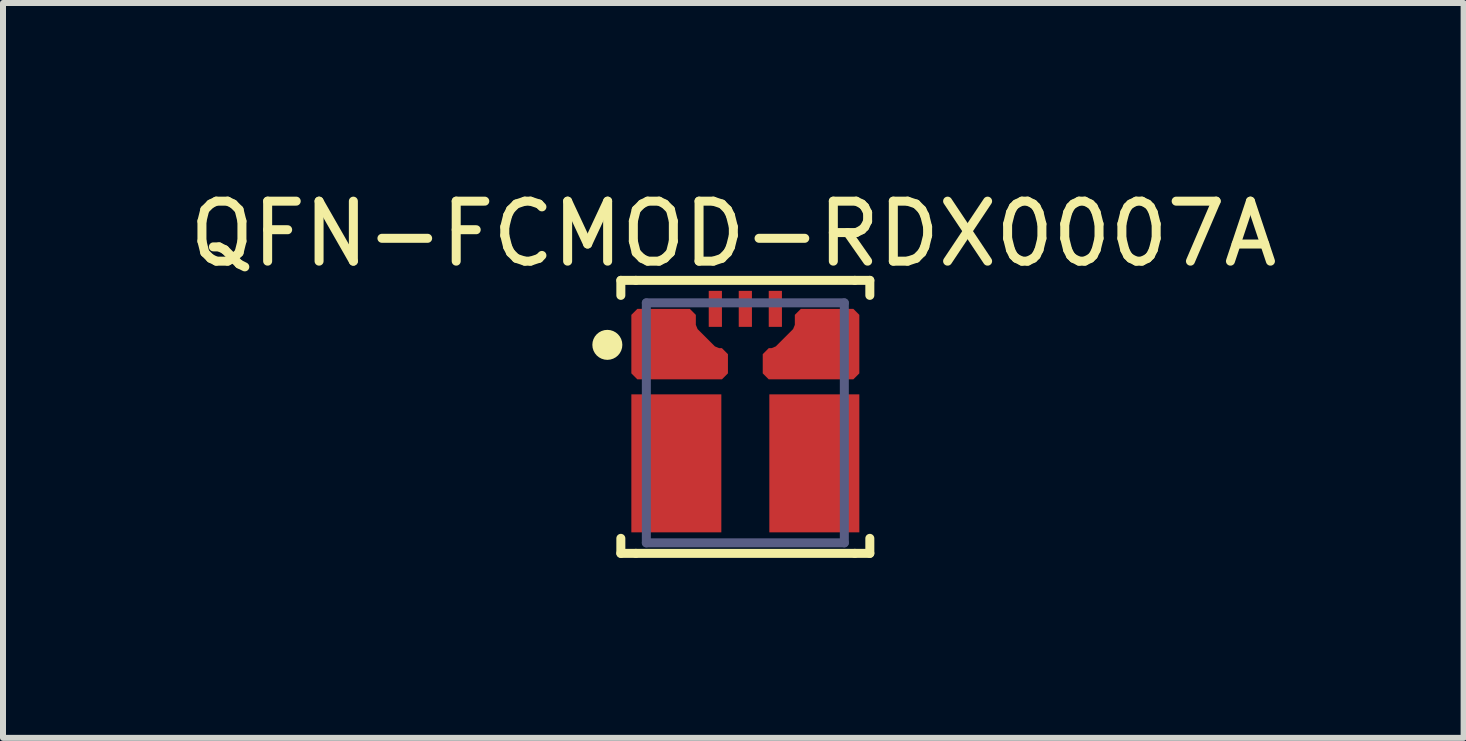
<source format=kicad_pcb>
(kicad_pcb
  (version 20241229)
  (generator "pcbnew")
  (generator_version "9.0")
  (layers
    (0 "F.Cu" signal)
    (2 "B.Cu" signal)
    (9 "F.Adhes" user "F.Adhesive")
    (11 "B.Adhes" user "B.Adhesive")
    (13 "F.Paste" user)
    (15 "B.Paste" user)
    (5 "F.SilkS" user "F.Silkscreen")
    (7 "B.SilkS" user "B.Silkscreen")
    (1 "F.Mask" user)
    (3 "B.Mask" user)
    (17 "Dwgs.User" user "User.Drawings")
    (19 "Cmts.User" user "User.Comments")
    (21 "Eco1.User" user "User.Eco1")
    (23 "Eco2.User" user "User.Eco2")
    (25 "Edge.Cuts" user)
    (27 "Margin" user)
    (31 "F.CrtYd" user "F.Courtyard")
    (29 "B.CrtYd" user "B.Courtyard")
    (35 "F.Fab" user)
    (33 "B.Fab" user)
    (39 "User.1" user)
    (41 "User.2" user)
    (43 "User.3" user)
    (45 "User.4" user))
  (footprint "QFN-FCMOD-RDX0007A"
    (layer "F.Cu")
    (at 9.373 3.998)
    (property "Reference" "QFN-FCMOD-RDX0007A" (at -0.2 -3.15 0) (layer "F.SilkS") (effects (font (size 1 1) (thickness 0.15))))
    (fp_poly (pts (xy -0.56 -2.25) (xy -0.44 -2.25) (xy -0.34 -2.15) (xy -0.34 -1.65) (xy -0.44 -1.55) (xy -0.56 -1.55) (xy -0.66 -1.65) (xy -0.66 -2.15)) (stroke (width 0) (type default)) (fill yes) (layer "F.Mask"))
    (fp_poly (pts (xy -0.16 -1.65) (xy -0.16 -2.15) (xy -0.06 -2.25) (xy 0.06 -2.25) (xy 0.16 -2.15) (xy 0.16 -1.65) (xy 0.06 -1.55) (xy -0.06 -1.55)) (stroke (width 0) (type default)) (fill yes) (layer "F.Mask"))
    (fp_poly (pts (xy 0.66 -1.65) (xy 0.56 -1.55) (xy 0.44 -1.55) (xy 0.34 -1.65) (xy 0.34 -2.15) (xy 0.44 -2.25) (xy 0.56 -2.25) (xy 0.66 -2.15)) (stroke (width 0) (type default)) (fill yes) (layer "F.Mask"))
    (fp_poly (pts (xy -1.4 -1.85) (xy -0.925 -1.85) (xy -0.875 -1.8) (xy -0.875 -1.593) (xy -0.86 -1.557) (xy -0.513 -1.21) (xy -0.477 -1.195) (xy -0.39 -1.195) (xy -0.34 -1.145) (xy -0.34 -0.825) (xy -0.39 -0.775) (xy -1.4 -0.775) (xy -1.45 -0.825) (xy -1.5 -0.875) (xy -1.8 -0.875) (xy -1.85 -0.925) (xy -1.85 -1.075) (xy -1.8 -1.125) (xy -1.5 -1.125) (xy -1.45 -1.175) (xy -1.45 -1.325) (xy -1.5 -1.375) (xy -1.8 -1.375) (xy -1.85 -1.425) (xy -1.85 -1.575) (xy -1.8 -1.625) (xy -1.5 -1.625) (xy -1.45 -1.675) (xy -1.45 -1.8)) (stroke (width 0) (type default)) (fill yes) (layer "F.Mask"))
    (fp_poly (pts (xy 1.4 -1.85) (xy 0.925 -1.85) (xy 0.875 -1.8) (xy 0.875 -1.593) (xy 0.86 -1.557) (xy 0.513 -1.21) (xy 0.477 -1.195) (xy 0.39 -1.195) (xy 0.34 -1.145) (xy 0.34 -0.825) (xy 0.39 -0.775) (xy 1.4 -0.775) (xy 1.45 -0.825) (xy 1.5 -0.875) (xy 1.8 -0.875) (xy 1.85 -0.925) (xy 1.85 -1.075) (xy 1.8 -1.125) (xy 1.5 -1.125) (xy 1.45 -1.175) (xy 1.45 -1.325) (xy 1.5 -1.375) (xy 1.8 -1.375) (xy 1.85 -1.425) (xy 1.85 -1.575) (xy 1.8 -1.625) (xy 1.5 -1.625) (xy 1.45 -1.675) (xy 1.45 -1.8)) (stroke (width 0) (type default)) (fill yes) (layer "F.Mask"))
    (fp_poly (pts (xy -1.4 -0.425) (xy -0.5 -0.425) (xy -0.45 -0.375) (xy -0.45 1.725) (xy -0.5 1.775) (xy -1.4 1.775) (xy -1.45 1.725) (xy -1.45 1.59) (xy -1.5 1.54) (xy -1.8 1.54) (xy -1.85 1.49) (xy -1.85 1.34) (xy -1.8 1.29) (xy -1.5 1.29) (xy -1.45 1.24) (xy -1.45 1.09) (xy -1.5 1.04) (xy -1.8 1.04) (xy -1.85 0.99) (xy -1.85 0.84) (xy -1.8 0.79) (xy -1.5 0.79) (xy -1.45 0.74) (xy -1.45 0.59) (xy -1.5 0.54) (xy -1.8 0.54) (xy -1.85 0.49) (xy -1.85 0.34) (xy -1.8 0.29) (xy -1.5 0.29) (xy -1.45 0.24) (xy -1.45 0.09) (xy -1.5 0.04) (xy -1.8 0.04) (xy -1.85 -0.01) (xy -1.85 -0.16) (xy -1.8 -0.21) (xy -1.5 -0.21) (xy -1.45 -0.26) (xy -1.45 -0.375)) (stroke (width 0) (type default)) (fill yes) (layer "F.Mask"))
    (fp_poly (pts (xy 1.4 -0.425) (xy 0.5 -0.425) (xy 0.45 -0.375) (xy 0.45 1.725) (xy 0.5 1.775) (xy 1.4 1.775) (xy 1.45 1.725) (xy 1.45 1.59) (xy 1.5 1.54) (xy 1.8 1.54) (xy 1.85 1.49) (xy 1.85 1.34) (xy 1.8 1.29) (xy 1.5 1.29) (xy 1.45 1.24) (xy 1.45 1.09) (xy 1.5 1.04) (xy 1.8 1.04) (xy 1.85 0.99) (xy 1.85 0.84) (xy 1.8 0.79) (xy 1.5 0.79) (xy 1.45 0.74) (xy 1.45 0.59) (xy 1.5 0.54) (xy 1.8 0.54) (xy 1.85 0.49) (xy 1.85 0.34) (xy 1.8 0.29) (xy 1.5 0.29) (xy 1.45 0.24) (xy 1.45 0.09) (xy 1.5 0.04) (xy 1.8 0.04) (xy 1.85 -0.01) (xy 1.85 -0.16) (xy 1.8 -0.21) (xy 1.5 -0.21) (xy 1.45 -0.26) (xy 1.45 -0.375)) (stroke (width 0) (type default)) (fill yes) (layer "F.Mask"))
    (fp_line (start -2.075 -2.375) (end -1.825 -2.375) (stroke (width 0.15) (type solid)) (layer "F.SilkS"))
    (fp_line (start -2.075 -2.125) (end -2.075 -2.375) (stroke (width 0.15) (type solid)) (layer "F.SilkS"))
    (fp_line (start -2.075 2.175) (end -2.075 1.925) (stroke (width 0.15) (type solid)) (layer "F.SilkS"))
    (fp_line (start -2.075 2.175) (end -1.825 2.175) (stroke (width 0.15) (type solid)) (layer "F.SilkS"))
    (fp_line (start -1.825 -2.375) (end 1.825 -2.375) (stroke (width 0.15) (type solid)) (layer "F.SilkS"))
    (fp_line (start -1.825 2.175) (end 1.825 2.175) (stroke (width 0.15) (type solid)) (layer "F.SilkS"))
    (fp_line (start 1.825 -2.375) (end 2.075 -2.375) (stroke (width 0.15) (type solid)) (layer "F.SilkS"))
    (fp_line (start 1.825 2.175) (end 2.075 2.175) (stroke (width 0.15) (type solid)) (layer "F.SilkS"))
    (fp_line (start 2.075 -2.125) (end 2.075 -2.375) (stroke (width 0.15) (type solid)) (layer "F.SilkS"))
    (fp_line (start 2.075 2.175) (end 2.075 1.925) (stroke (width 0.15) (type solid)) (layer "F.SilkS"))
    (fp_circle (center -2.3 -1.3) (end -2.3 -1.425) (stroke (width 0.25) (type solid)) (fill no) (layer "F.SilkS"))
    (fp_poly (pts (xy -1.85 -1.425) (xy -1.85 -1.575) (xy -1.8 -1.625) (xy -1.45 -1.625) (xy -1.4 -1.575) (xy -1.4 -1.425) (xy -1.45 -1.375) (xy -1.8 -1.375)) (stroke (width 0) (type default)) (fill yes) (layer "F.Paste"))
    (fp_poly (pts (xy -1.85 -1.075) (xy -1.8 -1.125) (xy -1.45 -1.125) (xy -1.4 -1.075) (xy -1.4 -0.925) (xy -1.45 -0.875) (xy -1.8 -0.875) (xy -1.85 -0.925)) (stroke (width 0) (type default)) (fill yes) (layer "F.Paste"))
    (fp_poly (pts (xy 1.8 -1.625) (xy 1.85 -1.575) (xy 1.85 -1.425) (xy 1.8 -1.375) (xy 1.45 -1.375) (xy 1.4 -1.425) (xy 1.4 -1.575) (xy 1.45 -1.625)) (stroke (width 0) (type default)) (fill yes) (layer "F.Paste"))
    (fp_poly (pts (xy 1.8 -1.125) (xy 1.85 -1.075) (xy 1.85 -0.925) (xy 1.8 -0.875) (xy 1.45 -0.875) (xy 1.4 -0.925) (xy 1.4 -1.075) (xy 1.45 -1.125)) (stroke (width 0) (type default)) (fill yes) (layer "F.Paste"))
    (fp_poly (pts (xy -1.15 -1.84) (xy -0.95 -1.84) (xy -0.9 -1.79) (xy -0.9 -1.596) (xy -0.885 -1.56) (xy -0.525 -1.2) (xy -0.489 -1.185) (xy -0.4 -1.185) (xy -0.35 -1.135) (xy -0.35 -0.835) (xy -0.4 -0.785) (xy -1.15 -0.785) (xy -1.2 -0.835) (xy -1.2 -1.79)) (stroke (width 0) (type default)) (fill yes) (layer "F.Paste"))
    (fp_poly (pts (xy 1.15 -1.84) (xy 0.95 -1.84) (xy 0.9 -1.79) (xy 0.9 -1.596) (xy 0.885 -1.56) (xy 0.525 -1.2) (xy 0.489 -1.185) (xy 0.4 -1.185) (xy 0.35 -1.135) (xy 0.35 -0.835) (xy 0.4 -0.785) (xy 1.15 -0.785) (xy 1.2 -0.835) (xy 1.2 -1.79)) (stroke (width 0) (type default)) (fill yes) (layer "F.Paste"))
    (fp_poly (pts (xy -0.46 1.315) (xy -0.46 1.655) (xy -0.51 1.705) (xy -1.35 1.705) (xy -1.4 1.655) (xy -1.4 1.59) (xy -1.45 1.54) (xy -1.8 1.54) (xy -1.85 1.49) (xy -1.85 1.34) (xy -1.8 1.29) (xy -1.3 1.29) (xy -1.25 1.24) (xy -1.25 1.09) (xy -1.3 1.04) (xy -1.8 1.04) (xy -1.85 0.99) (xy -1.85 0.84) (xy -1.8 0.79) (xy -1.3 0.79) (xy -1.25 0.74) (xy -1.25 0.59) (xy -1.3 0.54) (xy -1.8 0.54) (xy -1.85 0.49) (xy -1.85 0.34) (xy -1.8 0.29) (xy -1.3 0.29) (xy -1.25 0.24) (xy -1.25 0.09) (xy -1.3 0.04) (xy -1.8 0.04) (xy -1.85 -0.01) (xy -1.85 -0.16) (xy -1.8 -0.21) (xy -1.45 -0.21) (xy -1.4 -0.26) (xy -1.4 -0.325) (xy -1.35 -0.375) (xy -0.51 -0.375) (xy -0.46 -0.325) (xy -0.46 0.015) (xy -0.51 0.065) (xy -0.88 0.065) (xy -0.93 0.115) (xy -0.93 0.215) (xy -0.88 0.265) (xy -0.51 0.265) (xy -0.46 0.315) (xy -0.46 0.515) (xy -0.51 0.565) (xy -0.88 0.565) (xy -0.93 0.615) (xy -0.93 0.715) (xy -0.88 0.765) (xy -0.51 0.765) (xy -0.46 0.815) (xy -0.46 1.015) (xy -0.51 1.065) (xy -0.88 1.065) (xy -0.93 1.115) (xy -0.93 1.215) (xy -0.88 1.265) (xy -0.51 1.265)) (stroke (width 0) (type default)) (fill yes) (layer "F.Paste"))
    (fp_poly (pts (xy 0.46 1.315) (xy 0.46 1.655) (xy 0.51 1.705) (xy 1.35 1.705) (xy 1.4 1.655) (xy 1.4 1.59) (xy 1.45 1.54) (xy 1.8 1.54) (xy 1.85 1.49) (xy 1.85 1.34) (xy 1.8 1.29) (xy 1.3 1.29) (xy 1.25 1.24) (xy 1.25 1.09) (xy 1.3 1.04) (xy 1.8 1.04) (xy 1.85 0.99) (xy 1.85 0.84) (xy 1.8 0.79) (xy 1.3 0.79) (xy 1.25 0.74) (xy 1.25 0.59) (xy 1.3 0.54) (xy 1.8 0.54) (xy 1.85 0.49) (xy 1.85 0.34) (xy 1.8 0.29) (xy 1.3 0.29) (xy 1.25 0.24) (xy 1.25 0.09) (xy 1.3 0.04) (xy 1.8 0.04) (xy 1.85 -0.01) (xy 1.85 -0.16) (xy 1.8 -0.21) (xy 1.45 -0.21) (xy 1.4 -0.26) (xy 1.4 -0.325) (xy 1.35 -0.375) (xy 0.51 -0.375) (xy 0.46 -0.325) (xy 0.46 0.015) (xy 0.51 0.065) (xy 0.88 0.065) (xy 0.93 0.115) (xy 0.93 0.215) (xy 0.88 0.265) (xy 0.51 0.265) (xy 0.46 0.315) (xy 0.46 0.515) (xy 0.51 0.565) (xy 0.88 0.565) (xy 0.93 0.615) (xy 0.93 0.715) (xy 0.88 0.765) (xy 0.51 0.765) (xy 0.46 0.815) (xy 0.46 1.015) (xy 0.51 1.065) (xy 0.88 1.065) (xy 0.93 1.115) (xy 0.93 1.215) (xy 0.88 1.265) (xy 0.51 1.265)) (stroke (width 0) (type default)) (fill yes) (layer "F.Paste"))
    (fp_line (start -1.65 -2) (end 1.65 -2) (stroke (width 0.15) (type solid)) (layer "B.Fab"))
    (fp_line (start -1.65 2) (end -1.65 -2) (stroke (width 0.15) (type solid)) (layer "B.Fab"))
    (fp_line (start -1.65 2) (end 1.65 2) (stroke (width 0.15) (type solid)) (layer "B.Fab"))
    (fp_line (start 1.65 2) (end 1.65 -2) (stroke (width 0.15) (type solid)) (layer "B.Fab"))
    (pad "1" smd custom (at -1.9 -0.825) (size 0.000001 0.000001) (layers "F.Cu") (options (anchor circle)) (primitives (gr_poly (pts (xy 0 0) (xy 0 -0.975) (xy 0.1 -1.075) (xy 0.975 -1.075) (xy 1.075 -0.975) (xy 1.075 -0.809) (xy 1.104 -0.738) (xy 1.393 -0.449) (xy 1.464 -0.42) (xy 1.51 -0.42) (xy 1.61 -0.32) (xy 1.61 0) (xy 1.51 0.1) (xy 0.1 0.1)) (width 0) (fill yes))))
    (pad "1" smd circle (at -1.312 -1.312) (size 1.025 1.025) (layers "F.Cu" "F.Mask" "F.Paste"))
    (pad "2" smd rect (at -1.15 0.675) (size 1.5 2.3) (layers "F.Cu" "F.Mask" "F.Paste"))
    (pad "3" smd rect (at 1.15 0.675) (size 1.5 2.3) (layers "F.Cu" "F.Mask" "F.Paste"))
    (pad "4" smd circle (at 1.281 -1.276) (size 0.991 0.991) (layers "F.Cu" "F.Mask" "F.Paste"))
    (pad "4" smd custom (at 1.9 -0.825) (size 0.000001 0.000001) (layers "F.Cu") (options (anchor circle)) (primitives (gr_poly (pts (xy 0 0) (xy 0 -0.975) (xy -0.1 -1.075) (xy -0.975 -1.075) (xy -1.075 -0.975) (xy -1.075 -0.809) (xy -1.104 -0.738) (xy -1.393 -0.449) (xy -1.464 -0.42) (xy -1.51 -0.42) (xy -1.61 -0.32) (xy -1.61 0) (xy -1.51 0.1) (xy -0.1 0.1)) (width 0) (fill yes))))
    (pad "5" smd rect (at 0.5 -1.9) (size 0.22 0.6) (layers "F.Cu" "F.Mask" "F.Paste"))
    (pad "6" smd rect (at 0 -1.9) (size 0.22 0.6) (layers "F.Cu" "F.Mask" "F.Paste"))
    (pad "7" smd rect (at -0.5 -1.9) (size 0.22 0.6) (layers "F.Cu" "F.Mask" "F.Paste")))
  (gr_rect
    (start -3 -3)
    (end 21.345 9.248)
    (stroke (width 0.1) (type default))
    (fill no)
    (layer "Edge.Cuts")))
</source>
